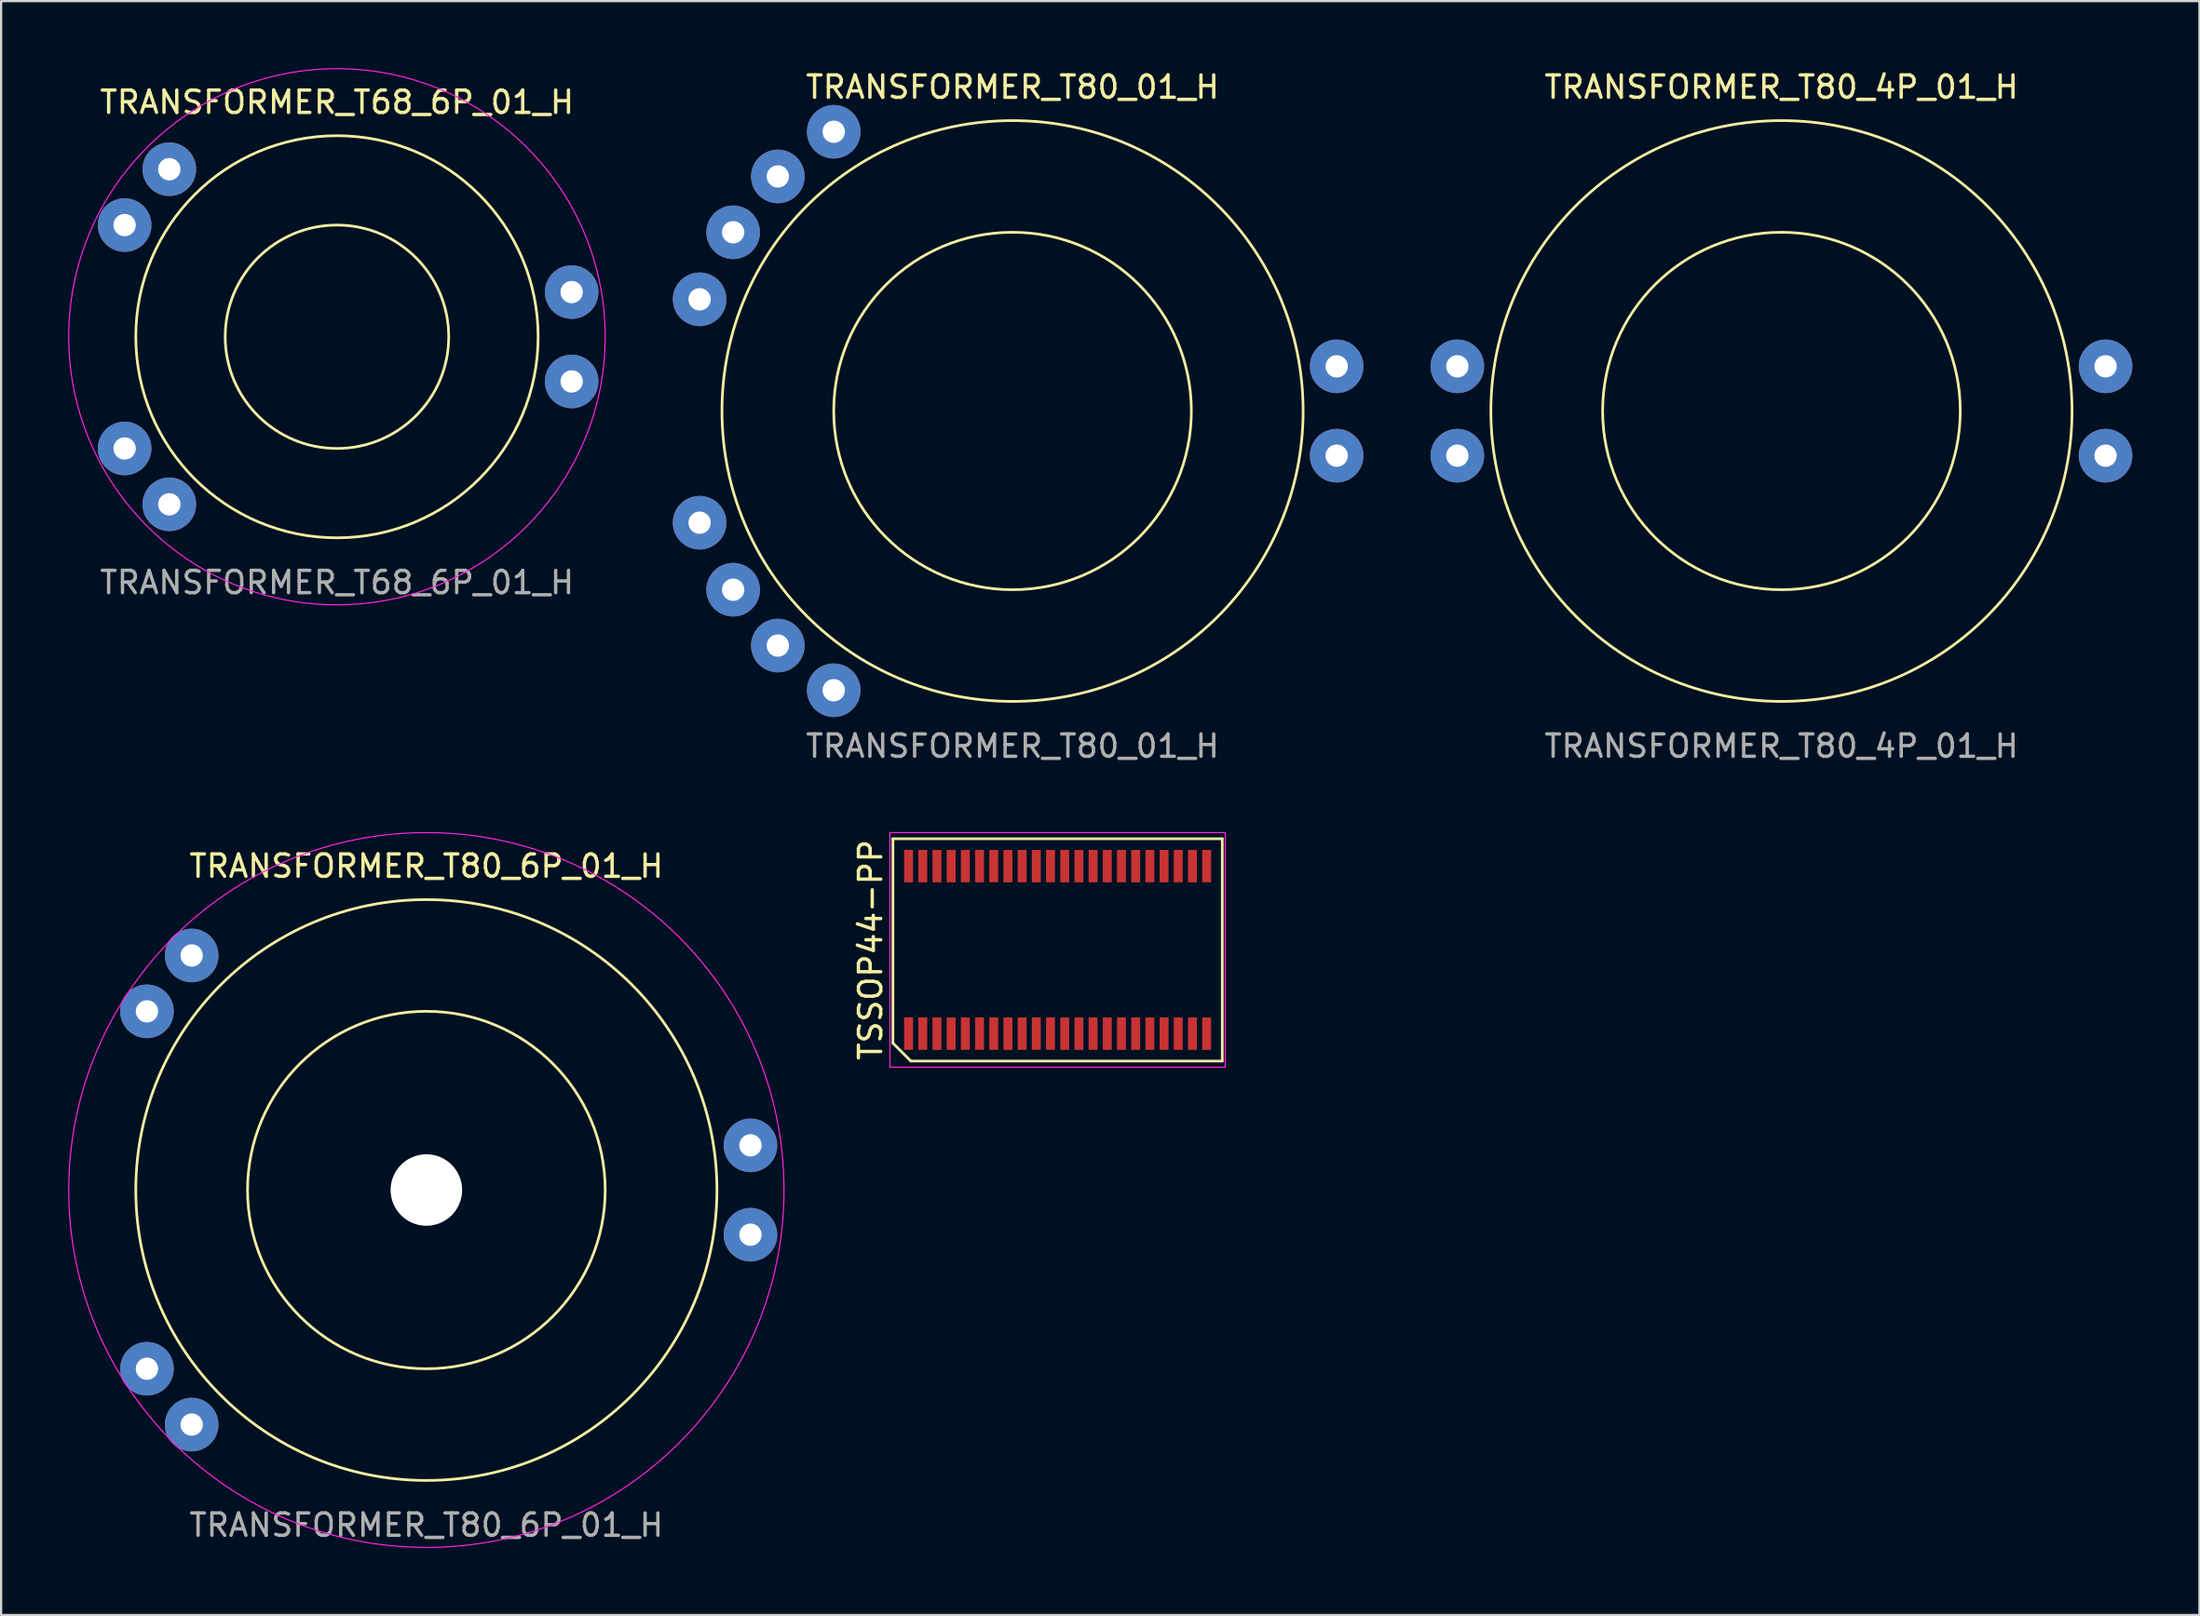
<source format=kicad_pcb>
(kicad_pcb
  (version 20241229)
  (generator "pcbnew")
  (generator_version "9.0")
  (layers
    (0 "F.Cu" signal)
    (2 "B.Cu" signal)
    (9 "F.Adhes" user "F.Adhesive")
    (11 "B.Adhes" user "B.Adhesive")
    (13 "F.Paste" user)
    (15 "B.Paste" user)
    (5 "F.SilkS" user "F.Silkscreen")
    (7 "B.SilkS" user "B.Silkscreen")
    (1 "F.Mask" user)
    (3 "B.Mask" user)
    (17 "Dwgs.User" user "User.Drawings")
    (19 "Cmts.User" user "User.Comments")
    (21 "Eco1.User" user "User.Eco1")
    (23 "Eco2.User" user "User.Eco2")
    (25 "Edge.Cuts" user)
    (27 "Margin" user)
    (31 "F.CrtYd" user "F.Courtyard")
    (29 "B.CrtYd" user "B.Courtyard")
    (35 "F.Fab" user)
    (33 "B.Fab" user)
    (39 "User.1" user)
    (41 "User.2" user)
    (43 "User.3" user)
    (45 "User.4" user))
  (footprint "TRANSFORMER_T80_4P_01_H"
    (layer "F.Cu")
    (at 76.65 15.348)
    (property "Reference" "TRANSFORMER_T80_4P_01_H" (at 0 -14.5 0) (unlocked yes) (layer "F.SilkS") (effects (font (size 1 1) (thickness 0.15))))
    (attr smd)
    (fp_circle (center 0 0) (end 8 0) (stroke (width 0.12) (type solid)) (fill no) (layer "F.SilkS"))
    (fp_circle (center 0 0) (end 13 0) (stroke (width 0.12) (type solid)) (fill no) (layer "F.SilkS"))
    (fp_text user "${REFERENCE}" (at 0 15 0) (unlocked yes) (layer "F.Fab") (effects (font (size 1 1) (thickness 0.15))))
    (pad "1" thru_hole circle (at 14.5 -2) (size 2.4 2.4) (drill 1) (layers "*.Cu" "*.Mask"))
    (pad "2" thru_hole circle (at 14.5 2) (size 2.4 2.4) (drill 1) (layers "*.Cu" "*.Mask"))
    (pad "3" thru_hole circle (at -14.5 2) (size 2.4 2.4) (drill 1) (layers "*.Cu" "*.Mask"))
    (pad "4" thru_hole circle (at -14.5 -2) (size 2.4 2.4) (drill 1) (layers "*.Cu" "*.Mask")))
  (footprint "TSSOP44-PP"
    (layer "F.Cu")
    (at 44.266 39.471)
    (property "Reference" "TSSOP44-PP" (at -8.367 0 90) (layer "F.SilkS") (effects (font (size 1 1) (thickness 0.15))))
    (attr smd)
    (fp_line (start -7.367 -4.975) (end 7.367 -4.975) (stroke (width 0.12) (type solid)) (layer "F.SilkS"))
    (fp_line (start -7.367 4.175) (end -7.367 -4.975) (stroke (width 0.12) (type solid)) (layer "F.SilkS"))
    (fp_line (start -6.567 4.975) (end -7.367 4.175) (stroke (width 0.12) (type solid)) (layer "F.SilkS"))
    (fp_line (start 7.367 -4.975) (end 7.367 4.975) (stroke (width 0.12) (type solid)) (layer "F.SilkS"))
    (fp_line (start 7.367 4.975) (end -6.567 4.975) (stroke (width 0.12) (type solid)) (layer "F.SilkS"))
    (fp_line (start -7.5 -5.25) (end 7.5 -5.25) (stroke (width 0.05) (type solid)) (layer "F.CrtYd"))
    (fp_line (start -7.5 5.25) (end -7.5 -5.25) (stroke (width 0.05) (type solid)) (layer "F.CrtYd"))
    (fp_line (start 7.5 -5.25) (end 7.5 5.25) (stroke (width 0.05) (type solid)) (layer "F.CrtYd"))
    (fp_line (start 7.5 5.25) (end -7.5 5.25) (stroke (width 0.05) (type solid)) (layer "F.CrtYd"))
    (pad "1" smd rect (at -6.668 3.75) (size 0.4 1.45) (layers "F.Cu" "F.Mask" "F.Paste"))
    (pad "2" smd rect (at -6.032 3.75) (size 0.4 1.45) (layers "F.Cu" "F.Mask" "F.Paste"))
    (pad "3" smd rect (at -5.397 3.75) (size 0.4 1.45) (layers "F.Cu" "F.Mask" "F.Paste"))
    (pad "4" smd rect (at -4.763 3.75) (size 0.4 1.45) (layers "F.Cu" "F.Mask" "F.Paste"))
    (pad "5" smd rect (at -4.128 3.75) (size 0.4 1.45) (layers "F.Cu" "F.Mask" "F.Paste"))
    (pad "6" smd rect (at -3.493 3.75) (size 0.4 1.45) (layers "F.Cu" "F.Mask" "F.Paste"))
    (pad "7" smd rect (at -2.857 3.75) (size 0.4 1.45) (layers "F.Cu" "F.Mask" "F.Paste"))
    (pad "8" smd rect (at -2.223 3.75) (size 0.4 1.45) (layers "F.Cu" "F.Mask" "F.Paste"))
    (pad "9" smd rect (at -1.587 3.75) (size 0.4 1.45) (layers "F.Cu" "F.Mask" "F.Paste"))
    (pad "10" smd rect (at -0.953 3.75) (size 0.4 1.45) (layers "F.Cu" "F.Mask" "F.Paste"))
    (pad "11" smd rect (at -0.318 3.75) (size 0.4 1.45) (layers "F.Cu" "F.Mask" "F.Paste"))
    (pad "12" smd rect (at 0.318 3.75) (size 0.4 1.45) (layers "F.Cu" "F.Mask" "F.Paste"))
    (pad "13" smd rect (at 0.953 3.75) (size 0.4 1.45) (layers "F.Cu" "F.Mask" "F.Paste"))
    (pad "14" smd rect (at 1.587 3.75) (size 0.4 1.45) (layers "F.Cu" "F.Mask" "F.Paste"))
    (pad "15" smd rect (at 2.223 3.75) (size 0.4 1.45) (layers "F.Cu" "F.Mask" "F.Paste"))
    (pad "16" smd rect (at 2.857 3.75) (size 0.4 1.45) (layers "F.Cu" "F.Mask" "F.Paste"))
    (pad "17" smd rect (at 3.493 3.75) (size 0.4 1.45) (layers "F.Cu" "F.Mask" "F.Paste"))
    (pad "18" smd rect (at 4.128 3.75) (size 0.4 1.45) (layers "F.Cu" "F.Mask" "F.Paste"))
    (pad "19" smd rect (at 4.763 3.75) (size 0.4 1.45) (layers "F.Cu" "F.Mask" "F.Paste"))
    (pad "20" smd rect (at 5.397 3.75) (size 0.4 1.45) (layers "F.Cu" "F.Mask" "F.Paste"))
    (pad "21" smd rect (at 6.032 3.75) (size 0.4 1.45) (layers "F.Cu" "F.Mask" "F.Paste"))
    (pad "22" smd rect (at 6.668 3.75) (size 0.4 1.45) (layers "F.Cu" "F.Mask" "F.Paste"))
    (pad "23" smd rect (at 6.668 -3.75) (size 0.4 1.45) (layers "F.Cu" "F.Mask" "F.Paste"))
    (pad "24" smd rect (at 6.032 -3.75) (size 0.4 1.45) (layers "F.Cu" "F.Mask" "F.Paste"))
    (pad "25" smd rect (at 5.397 -3.75) (size 0.4 1.45) (layers "F.Cu" "F.Mask" "F.Paste"))
    (pad "26" smd rect (at 4.763 -3.75) (size 0.4 1.45) (layers "F.Cu" "F.Mask" "F.Paste"))
    (pad "27" smd rect (at 4.128 -3.75) (size 0.4 1.45) (layers "F.Cu" "F.Mask" "F.Paste"))
    (pad "28" smd rect (at 3.493 -3.75) (size 0.4 1.45) (layers "F.Cu" "F.Mask" "F.Paste"))
    (pad "29" smd rect (at 2.857 -3.75) (size 0.4 1.45) (layers "F.Cu" "F.Mask" "F.Paste"))
    (pad "30" smd rect (at 2.223 -3.75) (size 0.4 1.45) (layers "F.Cu" "F.Mask" "F.Paste"))
    (pad "31" smd rect (at 1.587 -3.75) (size 0.4 1.45) (layers "F.Cu" "F.Mask" "F.Paste"))
    (pad "32" smd rect (at 0.953 -3.75) (size 0.4 1.45) (layers "F.Cu" "F.Mask" "F.Paste"))
    (pad "33" smd rect (at 0.318 -3.75) (size 0.4 1.45) (layers "F.Cu" "F.Mask" "F.Paste"))
    (pad "34" smd rect (at -0.318 -3.75) (size 0.4 1.45) (layers "F.Cu" "F.Mask" "F.Paste"))
    (pad "35" smd rect (at -0.953 -3.75) (size 0.4 1.45) (layers "F.Cu" "F.Mask" "F.Paste"))
    (pad "36" smd rect (at -1.587 -3.75) (size 0.4 1.45) (layers "F.Cu" "F.Mask" "F.Paste"))
    (pad "37" smd rect (at -2.223 -3.75) (size 0.4 1.45) (layers "F.Cu" "F.Mask" "F.Paste"))
    (pad "38" smd rect (at -2.857 -3.75) (size 0.4 1.45) (layers "F.Cu" "F.Mask" "F.Paste"))
    (pad "39" smd rect (at -3.493 -3.75) (size 0.4 1.45) (layers "F.Cu" "F.Mask" "F.Paste"))
    (pad "40" smd rect (at -4.128 -3.75) (size 0.4 1.45) (layers "F.Cu" "F.Mask" "F.Paste"))
    (pad "41" smd rect (at -4.763 -3.75) (size 0.4 1.45) (layers "F.Cu" "F.Mask" "F.Paste"))
    (pad "42" smd rect (at -5.397 -3.75) (size 0.4 1.45) (layers "F.Cu" "F.Mask" "F.Paste"))
    (pad "43" smd rect (at -6.032 -3.75) (size 0.4 1.45) (layers "F.Cu" "F.Mask" "F.Paste"))
    (pad "44" smd rect (at -6.668 -3.75) (size 0.4 1.45) (layers "F.Cu" "F.Mask" "F.Paste")))
  (footprint "TRANSFORMER_T68_6P_01_H"
    (layer "F.Cu")
    (at 12.025 12.025)
    (property "Reference" "TRANSFORMER_T68_6P_01_H" (at 0 -10.5 0) (unlocked yes) (layer "F.SilkS") (effects (font (size 1 1) (thickness 0.15))))
    (attr smd)
    (fp_circle (center 0 0) (end 5 0) (stroke (width 0.12) (type solid)) (fill no) (layer "F.SilkS"))
    (fp_circle (center 0 0) (end 9 0) (stroke (width 0.12) (type solid)) (fill no) (layer "F.SilkS"))
    (fp_circle (center 0 0) (end 12 0) (stroke (width 0.05) (type default)) (fill no) (layer "F.CrtYd"))
    (fp_text user "${REFERENCE}" (at 0 11 0) (unlocked yes) (layer "F.Fab") (effects (font (size 1 1) (thickness 0.15))))
    (pad "1" thru_hole circle (at 10.5 -2) (size 2.4 2.4) (drill 1) (layers "*.Cu" "*.Mask"))
    (pad "2" thru_hole circle (at 10.5 2) (size 2.4 2.4) (drill 1) (layers "*.Cu" "*.Mask"))
    (pad "3" thru_hole circle (at -7.5 7.5) (size 2.4 2.4) (drill 1) (layers "*.Cu" "*.Mask"))
    (pad "4" thru_hole circle (at -9.5 5) (size 2.4 2.4) (drill 1) (layers "*.Cu" "*.Mask"))
    (pad "5" thru_hole circle (at -9.5 -5) (size 2.4 2.4) (drill 1) (layers "*.Cu" "*.Mask"))
    (pad "6" thru_hole circle (at -7.5 -7.5) (size 2.4 2.4) (drill 1) (layers "*.Cu" "*.Mask")))
  (footprint "TRANSFORMER_T80_6P_01_H"
    (layer "F.Cu")
    (at 16.025 50.221)
    (property "Reference" "TRANSFORMER_T80_6P_01_H" (at 0 -14.5 0) (unlocked yes) (layer "F.SilkS") (effects (font (size 1 1) (thickness 0.15))))
    (attr smd)
    (fp_circle (center 0 0) (end 8 0) (stroke (width 0.12) (type solid)) (fill no) (layer "F.SilkS"))
    (fp_circle (center 0 0) (end 13 0) (stroke (width 0.12) (type solid)) (fill no) (layer "F.SilkS"))
    (fp_circle (center 0 0) (end 16 0) (stroke (width 0.05) (type default)) (fill no) (layer "F.CrtYd"))
    (fp_text user "${REFERENCE}" (at 0 15 0) (unlocked yes) (layer "F.Fab") (effects (font (size 1 1) (thickness 0.15))))
    (pad "" np_thru_hole circle (at 0 0) (size 3.2 3.2) (drill 3.2) (layers "*.Cu" "*.Mask"))
    (pad "1" thru_hole circle (at 14.5 -2) (size 2.4 2.4) (drill 1) (layers "*.Cu" "*.Mask"))
    (pad "2" thru_hole circle (at 14.5 2) (size 2.4 2.4) (drill 1) (layers "*.Cu" "*.Mask"))
    (pad "3" thru_hole circle (at -10.5 10.5) (size 2.4 2.4) (drill 1) (layers "*.Cu" "*.Mask"))
    (pad "4" thru_hole circle (at -12.5 8) (size 2.4 2.4) (drill 1) (layers "*.Cu" "*.Mask"))
    (pad "5" thru_hole circle (at -12.5 -8) (size 2.4 2.4) (drill 1) (layers "*.Cu" "*.Mask"))
    (pad "6" thru_hole circle (at -10.5 -10.5) (size 2.4 2.4) (drill 1) (layers "*.Cu" "*.Mask")))
  (footprint "TRANSFORMER_T80_01_H"
    (layer "F.Cu")
    (at 42.25 15.348)
    (property "Reference" "TRANSFORMER_T80_01_H" (at 0 -14.5 0) (unlocked yes) (layer "F.SilkS") (effects (font (size 1 1) (thickness 0.15))))
    (attr smd)
    (fp_circle (center 0 0) (end 8 0) (stroke (width 0.12) (type solid)) (fill no) (layer "F.SilkS"))
    (fp_circle (center 0 0) (end 13 0) (stroke (width 0.12) (type solid)) (fill no) (layer "F.SilkS"))
    (fp_text user "${REFERENCE}" (at 0 15 0) (unlocked yes) (layer "F.Fab") (effects (font (size 1 1) (thickness 0.15))))
    (pad "1" thru_hole circle (at 14.5 -2) (size 2.4 2.4) (drill 1) (layers "*.Cu" "*.Mask"))
    (pad "2" thru_hole circle (at 14.5 2) (size 2.4 2.4) (drill 1) (layers "*.Cu" "*.Mask"))
    (pad "3" thru_hole circle (at -8 12.5) (size 2.4 2.4) (drill 1) (layers "*.Cu" "*.Mask"))
    (pad "4" thru_hole circle (at -10.5 10.5) (size 2.4 2.4) (drill 1) (layers "*.Cu" "*.Mask"))
    (pad "5" thru_hole circle (at -12.5 8) (size 2.4 2.4) (drill 1) (layers "*.Cu" "*.Mask"))
    (pad "6" thru_hole circle (at -14 5) (size 2.4 2.4) (drill 1) (layers "*.Cu" "*.Mask"))
    (pad "7" thru_hole circle (at -14 -5) (size 2.4 2.4) (drill 1) (layers "*.Cu" "*.Mask"))
    (pad "8" thru_hole circle (at -12.5 -8) (size 2.4 2.4) (drill 1) (layers "*.Cu" "*.Mask"))
    (pad "9" thru_hole circle (at -10.5 -10.5) (size 2.4 2.4) (drill 1) (layers "*.Cu" "*.Mask"))
    (pad "10" thru_hole circle (at -8 -12.5) (size 2.4 2.4) (drill 1) (layers "*.Cu" "*.Mask")))
  (gr_rect
    (start -3 -3)
    (end 95.35 69.246)
    (stroke (width 0.1) (type default))
    (fill no)
    (layer "Edge.Cuts")))
</source>
